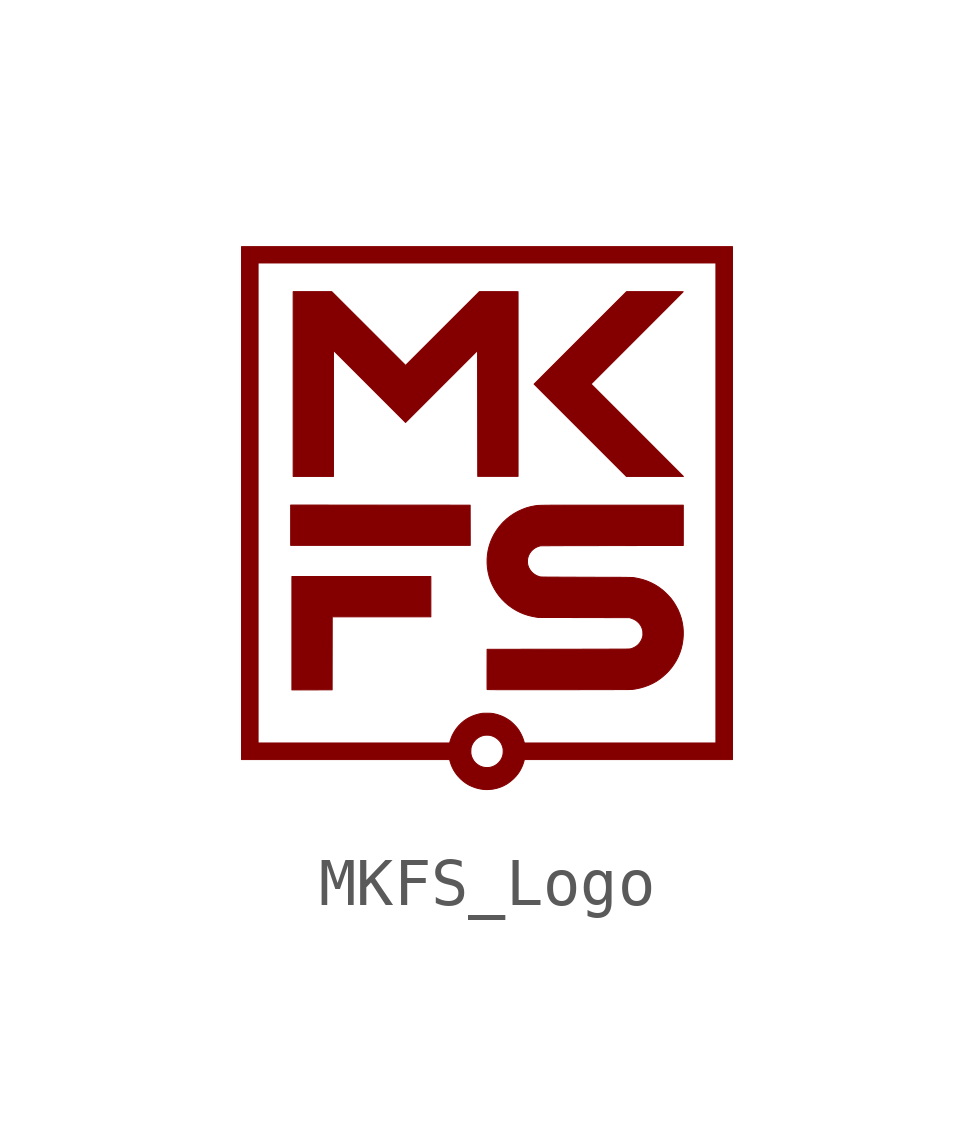
<source format=kicad_sym>
(kicad_symbol_lib
  (version 20231120)
  (generator "kicad_symbol_editor")
  (generator_version "8.0")
  (symbol "MKFS_Logo"
    (pin_names
      (offset 1.016))
    (property "Reference" "#G"
      (at 0 5.365 0)
      (effects (font (size 1.27 1.27)) (hide yes)))
    (symbol "MKFS_Logo_0_0"
      (polyline (pts (xy -0.35 -0.147) (xy -0.351 0.272) (xy -2.221 0.273) (xy -4.091 0.274) (xy -4.091 -0.146) (xy -4.091 -0.566) (xy -2.22 -0.566) (xy -0.349 -0.566) (xy -0.35 -0.147)) (stroke (width 0.01) (type default)) (fill (type outline)))
      (polyline (pts (xy -3.646 -3.577) (xy -3.227 -3.576) (xy -3.226 -2.816) (xy -3.225 -2.055) (xy -2.198 -2.055) (xy -1.17 -2.055) (xy -1.17 -1.635) (xy -1.17 -1.215) (xy -2.618 -1.215) (xy -4.065 -1.215) (xy -4.065 -2.396) (xy -4.065 -3.578) (xy -3.646 -3.577)) (stroke (width 0.01) (type default)) (fill (type outline)))
      (polyline (pts (xy -3.199 2.183) (xy -3.199 3.497) (xy -2.448 2.746) (xy -1.697 1.995) (xy -0.947 2.745) (xy -0.197 3.495) (xy -0.195 2.183) (xy -0.193 0.872) (xy 0.227 0.872) (xy 0.647 0.872) (xy 0.647 2.796) (xy 0.647 4.72) (xy 0.244 4.721) (xy -0.159 4.721) (xy -0.928 3.953) (xy -1.697 3.184) (xy -2.466 3.953) (xy -3.235 4.721) (xy -3.637 4.721) (xy -4.039 4.721) (xy -4.039 2.796) (xy -4.039 0.87) (xy -3.619 0.87) (xy -3.199 0.87) (xy -3.199 2.183)) (stroke (width 0.01) (type default)) (fill (type outline)))
      (polyline (pts (xy 3.131 1.833) (xy 2.168 2.796) (xy 3.128 3.756) (xy 3.135 3.763) (xy 3.206 3.834) (xy 3.276 3.904) (xy 3.344 3.972) (xy 3.41 4.038) (xy 3.474 4.102) (xy 3.536 4.164) (xy 3.596 4.224) (xy 3.653 4.282) (xy 3.708 4.336) (xy 3.76 4.388) (xy 3.808 4.437) (xy 3.854 4.483) (xy 3.896 4.525) (xy 3.934 4.563) (xy 3.968 4.598) (xy 3.999 4.629) (xy 4.025 4.655) (xy 4.047 4.677) (xy 4.065 4.695) (xy 4.077 4.708) (xy 4.085 4.716) (xy 4.088 4.719) (xy 4.087 4.719) (xy 4.079 4.719) (xy 4.064 4.719) (xy 4.043 4.72) (xy 4.016 4.72) (xy 3.983 4.72) (xy 3.945 4.721) (xy 3.902 4.721) (xy 3.854 4.721) (xy 3.803 4.721) (xy 3.748 4.721) (xy 3.689 4.721) (xy 3.628 4.721) (xy 3.564 4.721) (xy 3.498 4.721) (xy 2.908 4.721) (xy 1.944 3.758) (xy 0.981 2.794) (xy 1.943 1.832) (xy 2.905 0.87) (xy 3.499 0.87) (xy 4.093 0.87) (xy 3.131 1.833)) (stroke (width 0.01) (type default)) (fill (type outline)))
      (polyline (pts (xy 0.048 -5.653) (xy 0.122 -5.645) (xy 0.196 -5.63) (xy 0.268 -5.608) (xy 0.337 -5.58) (xy 0.403 -5.545) (xy 0.449 -5.515) (xy 0.502 -5.474) (xy 0.553 -5.429) (xy 0.601 -5.379) (xy 0.643 -5.328) (xy 0.679 -5.275) (xy 0.696 -5.245) (xy 0.719 -5.2) (xy 0.74 -5.153) (xy 0.757 -5.106) (xy 0.77 -5.063) (xy 0.778 -5.029) (xy 2.947 -5.029) (xy 5.115 -5.029) (xy 5.115 0.315) (xy 5.115 5.659) (xy 0 5.659) (xy -5.115 5.659) (xy -5.115 0.317) (xy -4.77 0.317) (xy -4.77 5.318) (xy 0 5.318) (xy 4.77 5.318) (xy 4.77 0.317) (xy 4.77 -4.684) (xy 2.774 -4.684) (xy 0.777 -4.684) (xy 0.775 -4.67) (xy 0.774 -4.668) (xy 0.772 -4.658) (xy 0.767 -4.643) (xy 0.761 -4.625) (xy 0.755 -4.605) (xy 0.737 -4.557) (xy 0.705 -4.489) (xy 0.667 -4.423) (xy 0.623 -4.362) (xy 0.621 -4.36) (xy 0.602 -4.338) (xy 0.579 -4.313) (xy 0.554 -4.288) (xy 0.528 -4.263) (xy 0.503 -4.241) (xy 0.481 -4.223) (xy 0.426 -4.186) (xy 0.361 -4.148) (xy 0.291 -4.117) (xy 0.218 -4.092) (xy 0.144 -4.074) (xy 0.132 -4.072) (xy 0.117 -4.069) (xy 0.103 -4.067) (xy 0.088 -4.066) (xy 0.072 -4.065) (xy 0.053 -4.064) (xy 0.03 -4.064) (xy 0 -4.064) (xy -0.02 -4.064) (xy -0.045 -4.064) (xy -0.066 -4.064) (xy -0.083 -4.065) (xy -0.098 -4.066) (xy -0.112 -4.068) (xy -0.126 -4.071) (xy -0.143 -4.074) (xy -0.178 -4.082) (xy -0.242 -4.1) (xy -0.305 -4.123) (xy -0.364 -4.15) (xy -0.419 -4.181) (xy -0.479 -4.222) (xy -0.536 -4.27) (xy -0.59 -4.324) (xy -0.638 -4.382) (xy -0.68 -4.444) (xy -0.716 -4.51) (xy -0.717 -4.511) (xy -0.727 -4.532) (xy -0.737 -4.557) (xy -0.747 -4.583) (xy -0.756 -4.609) (xy -0.764 -4.633) (xy -0.771 -4.654) (xy -0.774 -4.67) (xy -0.777 -4.684) (xy -2.774 -4.684) (xy -4.77 -4.684) (xy -4.77 0.317) (xy -5.115 0.317) (xy -5.115 0.315) (xy -5.115 -4.867) (xy -0.337 -4.867) (xy -0.336 -4.839) (xy -0.335 -4.812) (xy -0.332 -4.787) (xy -0.328 -4.768) (xy -0.324 -4.755) (xy -0.305 -4.709) (xy -0.28 -4.667) (xy -0.249 -4.629) (xy -0.214 -4.596) (xy -0.173 -4.567) (xy -0.129 -4.545) (xy -0.08 -4.528) (xy -0.074 -4.527) (xy -0.06 -4.524) (xy -0.044 -4.522) (xy -0.024 -4.521) (xy 0.002 -4.521) (xy 0.018 -4.521) (xy 0.037 -4.522) (xy 0.052 -4.523) (xy 0.065 -4.525) (xy 0.077 -4.527) (xy 0.091 -4.532) (xy 0.113 -4.539) (xy 0.16 -4.56) (xy 0.202 -4.587) (xy 0.239 -4.619) (xy 0.272 -4.655) (xy 0.298 -4.696) (xy 0.318 -4.741) (xy 0.332 -4.789) (xy 0.333 -4.792) (xy 0.336 -4.816) (xy 0.337 -4.845) (xy 0.337 -4.874) (xy 0.335 -4.903) (xy 0.332 -4.927) (xy 0.321 -4.968) (xy 0.302 -5.012) (xy 0.277 -5.053) (xy 0.246 -5.09) (xy 0.211 -5.123) (xy 0.171 -5.15) (xy 0.128 -5.172) (xy 0.082 -5.187) (xy 0.05 -5.193) (xy 0.001 -5.196) (xy -0.048 -5.193) (xy -0.096 -5.183) (xy -0.141 -5.166) (xy -0.161 -5.156) (xy -0.203 -5.129) (xy -0.24 -5.097) (xy -0.272 -5.06) (xy -0.298 -5.018) (xy -0.319 -4.973) (xy -0.332 -4.925) (xy -0.334 -4.916) (xy -0.336 -4.893) (xy -0.337 -4.867) (xy -5.115 -4.867) (xy -5.115 -5.029) (xy -2.946 -5.029) (xy -0.777 -5.029) (xy -0.775 -5.044) (xy -0.773 -5.054) (xy -0.768 -5.071) (xy -0.761 -5.093) (xy -0.753 -5.117) (xy -0.745 -5.141) (xy -0.736 -5.163) (xy -0.727 -5.183) (xy -0.696 -5.246) (xy -0.658 -5.306) (xy -0.615 -5.363) (xy -0.564 -5.418) (xy -0.544 -5.438) (xy -0.49 -5.485) (xy -0.435 -5.525) (xy -0.377 -5.56) (xy -0.315 -5.589) (xy -0.247 -5.614) (xy -0.201 -5.628) (xy -0.138 -5.642) (xy -0.079 -5.651) (xy -0.026 -5.654) (xy 0.048 -5.653)) (stroke (width 0.01) (type default)) (fill (type outline)))
      (polyline (pts (xy 1.026 -3.573) (xy 1.134 -3.573) (xy 1.25 -3.573) (xy 1.373 -3.573) (xy 1.503 -3.573) (xy 1.523 -3.573) (xy 1.649 -3.573) (xy 1.767 -3.573) (xy 1.878 -3.573) (xy 1.983 -3.572) (xy 2.08 -3.572) (xy 2.172 -3.572) (xy 2.257 -3.572) (xy 2.337 -3.572) (xy 2.411 -3.572) (xy 2.479 -3.572) (xy 2.542 -3.572) (xy 2.6 -3.572) (xy 2.653 -3.571) (xy 2.702 -3.571) (xy 2.746 -3.571) (xy 2.786 -3.571) (xy 2.822 -3.571) (xy 2.855 -3.571) (xy 2.884 -3.57) (xy 2.91 -3.57) (xy 2.933 -3.57) (xy 2.953 -3.57) (xy 2.97 -3.569) (xy 2.985 -3.569) (xy 2.998 -3.568) (xy 3.009 -3.568) (xy 3.018 -3.568) (xy 3.026 -3.567) (xy 3.033 -3.567) (xy 3.038 -3.566) (xy 3.043 -3.566) (xy 3.047 -3.565) (xy 3.095 -3.558) (xy 3.19 -3.538) (xy 3.281 -3.512) (xy 3.368 -3.48) (xy 3.451 -3.442) (xy 3.53 -3.398) (xy 3.605 -3.347) (xy 3.676 -3.29) (xy 3.745 -3.227) (xy 3.778 -3.193) (xy 3.84 -3.121) (xy 3.894 -3.046) (xy 3.943 -2.968) (xy 3.985 -2.886) (xy 4.02 -2.801) (xy 4.048 -2.713) (xy 4.069 -2.623) (xy 4.083 -2.53) (xy 4.09 -2.436) (xy 4.09 -2.352) (xy 4.083 -2.261) (xy 4.068 -2.171) (xy 4.047 -2.083) (xy 4.018 -1.997) (xy 3.983 -1.912) (xy 3.94 -1.831) (xy 3.892 -1.752) (xy 3.837 -1.676) (xy 3.825 -1.662) (xy 3.803 -1.638) (xy 3.779 -1.611) (xy 3.751 -1.583) (xy 3.724 -1.556) (xy 3.696 -1.53) (xy 3.671 -1.507) (xy 3.649 -1.489) (xy 3.575 -1.434) (xy 3.498 -1.386) (xy 3.419 -1.345) (xy 3.336 -1.309) (xy 3.249 -1.28) (xy 3.158 -1.257) (xy 3.062 -1.239) (xy 3.058 -1.238) (xy 3.052 -1.238) (xy 3.046 -1.237) (xy 3.038 -1.236) (xy 3.029 -1.236) (xy 3.018 -1.235) (xy 3.004 -1.235) (xy 2.988 -1.235) (xy 2.97 -1.234) (xy 2.948 -1.234) (xy 2.924 -1.234) (xy 2.895 -1.233) (xy 2.863 -1.233) (xy 2.827 -1.233) (xy 2.786 -1.232) (xy 2.741 -1.232) (xy 2.691 -1.232) (xy 2.635 -1.232) (xy 2.574 -1.232) (xy 2.507 -1.231) (xy 2.434 -1.231) (xy 2.355 -1.231) (xy 2.269 -1.231) (xy 2.176 -1.23) (xy 2.076 -1.23) (xy 2.011 -1.23) (xy 1.91 -1.23) (xy 1.816 -1.229) (xy 1.729 -1.229) (xy 1.648 -1.229) (xy 1.574 -1.229) (xy 1.507 -1.228) (xy 1.445 -1.228) (xy 1.39 -1.228) (xy 1.34 -1.227) (xy 1.296 -1.227) (xy 1.257 -1.227) (xy 1.223 -1.226) (xy 1.194 -1.226) (xy 1.17 -1.226) (xy 1.15 -1.225) (xy 1.135 -1.225) (xy 1.123 -1.224) (xy 1.116 -1.224) (xy 1.112 -1.223) (xy 1.082 -1.215) (xy 1.034 -1.196) (xy 0.991 -1.171) (xy 0.952 -1.141) (xy 0.918 -1.106) (xy 0.89 -1.067) (xy 0.867 -1.024) (xy 0.851 -0.977) (xy 0.846 -0.951) (xy 0.843 -0.92) (xy 0.843 -0.888) (xy 0.845 -0.857) (xy 0.849 -0.829) (xy 0.851 -0.824) (xy 0.866 -0.777) (xy 0.888 -0.734) (xy 0.916 -0.694) (xy 0.95 -0.659) (xy 0.988 -0.629) (xy 1.03 -0.604) (xy 1.076 -0.586) (xy 1.089 -0.582) (xy 1.102 -0.578) (xy 1.11 -0.575) (xy 1.11 -0.575) (xy 1.115 -0.575) (xy 1.128 -0.575) (xy 1.147 -0.574) (xy 1.173 -0.574) (xy 1.206 -0.574) (xy 1.244 -0.574) (xy 1.289 -0.574) (xy 1.339 -0.573) (xy 1.395 -0.573) (xy 1.456 -0.573) (xy 1.522 -0.573) (xy 1.593 -0.572) (xy 1.667 -0.572) (xy 1.747 -0.572) (xy 1.83 -0.572) (xy 1.917 -0.571) (xy 2.007 -0.571) (xy 2.1 -0.571) (xy 2.196 -0.571) (xy 2.295 -0.571) (xy 2.396 -0.57) (xy 2.499 -0.57) (xy 2.604 -0.57) (xy 4.09 -0.568) (xy 4.09 -0.148) (xy 4.09 0.272) (xy 2.597 0.272) (xy 2.476 0.272) (xy 2.356 0.272) (xy 2.244 0.272) (xy 2.138 0.272) (xy 2.039 0.272) (xy 1.946 0.272) (xy 1.859 0.272) (xy 1.778 0.272) (xy 1.703 0.272) (xy 1.634 0.272) (xy 1.569 0.272) (xy 1.51 0.271) (xy 1.455 0.271) (xy 1.405 0.271) (xy 1.359 0.271) (xy 1.317 0.271) (xy 1.28 0.27) (xy 1.246 0.27) (xy 1.215 0.27) (xy 1.187 0.269) (xy 1.162 0.269) (xy 1.14 0.269) (xy 1.121 0.268) (xy 1.104 0.268) (xy 1.088 0.267) (xy 1.075 0.266) (xy 1.063 0.266) (xy 1.053 0.265) (xy 1.043 0.264) (xy 1.035 0.263) (xy 1.027 0.262) (xy 1.02 0.261) (xy 1.013 0.26) (xy 1.005 0.259) (xy 0.998 0.258) (xy 0.99 0.256) (xy 0.904 0.239) (xy 0.815 0.214) (xy 0.728 0.181) (xy 0.644 0.142) (xy 0.563 0.097) (xy 0.486 0.045) (xy 0.412 -0.013) (xy 0.343 -0.077) (xy 0.31 -0.112) (xy 0.25 -0.182) (xy 0.196 -0.257) (xy 0.148 -0.334) (xy 0.107 -0.415) (xy 0.072 -0.499) (xy 0.044 -0.585) (xy 0.023 -0.672) (xy 0.009 -0.761) (xy 0.002 -0.852) (xy 0.002 -0.943) (xy 0.009 -1.034) (xy 0.023 -1.125) (xy 0.024 -1.128) (xy 0.045 -1.217) (xy 0.074 -1.304) (xy 0.11 -1.388) (xy 0.152 -1.469) (xy 0.2 -1.547) (xy 0.254 -1.621) (xy 0.313 -1.69) (xy 0.378 -1.755) (xy 0.448 -1.815) (xy 0.523 -1.869) (xy 0.547 -1.885) (xy 0.62 -1.928) (xy 0.694 -1.965) (xy 0.769 -1.996) (xy 0.848 -2.022) (xy 0.931 -2.043) (xy 1.019 -2.06) (xy 1.071 -2.068) (xy 2.018 -2.07) (xy 2.965 -2.072) (xy 2.995 -2.08) (xy 3.008 -2.085) (xy 3.056 -2.104) (xy 3.1 -2.128) (xy 3.139 -2.159) (xy 3.173 -2.193) (xy 3.202 -2.233) (xy 3.224 -2.276) (xy 3.24 -2.323) (xy 3.243 -2.334) (xy 3.247 -2.359) (xy 3.248 -2.387) (xy 3.249 -2.416) (xy 3.248 -2.443) (xy 3.244 -2.466) (xy 3.24 -2.483) (xy 3.224 -2.527) (xy 3.202 -2.568) (xy 3.175 -2.607) (xy 3.143 -2.642) (xy 3.107 -2.67) (xy 3.102 -2.673) (xy 3.084 -2.684) (xy 3.062 -2.695) (xy 3.038 -2.706) (xy 3.016 -2.715) (xy 2.996 -2.721) (xy 2.996 -2.721) (xy 2.994 -2.722) (xy 2.991 -2.723) (xy 2.988 -2.723) (xy 2.983 -2.724) (xy 2.978 -2.724) (xy 2.971 -2.724) (xy 2.963 -2.725) (xy 2.953 -2.725) (xy 2.941 -2.726) (xy 2.927 -2.726) (xy 2.91 -2.726) (xy 2.891 -2.727) (xy 2.869 -2.727) (xy 2.844 -2.727) (xy 2.816 -2.727) (xy 2.784 -2.728) (xy 2.748 -2.728) (xy 2.708 -2.728) (xy 2.664 -2.728) (xy 2.616 -2.728) (xy 2.563 -2.728) (xy 2.506 -2.729) (xy 2.443 -2.729) (xy 2.375 -2.729) (xy 2.301 -2.729) (xy 2.222 -2.729) (xy 2.136 -2.729) (xy 2.045 -2.729) (xy 1.947 -2.73) (xy 1.842 -2.73) (xy 1.731 -2.73) (xy 1.613 -2.73) (xy 1.487 -2.73) (xy 0.002 -2.732) (xy 0.001 -3.148) (xy 0.001 -3.161) (xy 0.001 -3.216) (xy 0.001 -3.269) (xy 0.001 -3.319) (xy 0.001 -3.365) (xy 0.001 -3.409) (xy 0.001 -3.448) (xy 0.001 -3.482) (xy 0.001 -3.512) (xy 0.001 -3.536) (xy 0.001 -3.554) (xy 0.002 -3.565) (xy 0.002 -3.569) (xy 0.004 -3.57) (xy 0.008 -3.57) (xy 0.015 -3.571) (xy 0.025 -3.571) (xy 0.038 -3.571) (xy 0.054 -3.571) (xy 0.074 -3.572) (xy 0.098 -3.572) (xy 0.125 -3.572) (xy 0.157 -3.572) (xy 0.192 -3.573) (xy 0.233 -3.573) (xy 0.278 -3.573) (xy 0.328 -3.573) (xy 0.383 -3.573) (xy 0.443 -3.573) (xy 0.508 -3.573) (xy 0.579 -3.573) (xy 0.656 -3.573) (xy 0.739 -3.573) (xy 0.828 -3.573) (xy 0.924 -3.573) (xy 1.026 -3.573)) (stroke (width 0.01) (type default)) (fill (type outline))))))
</source>
